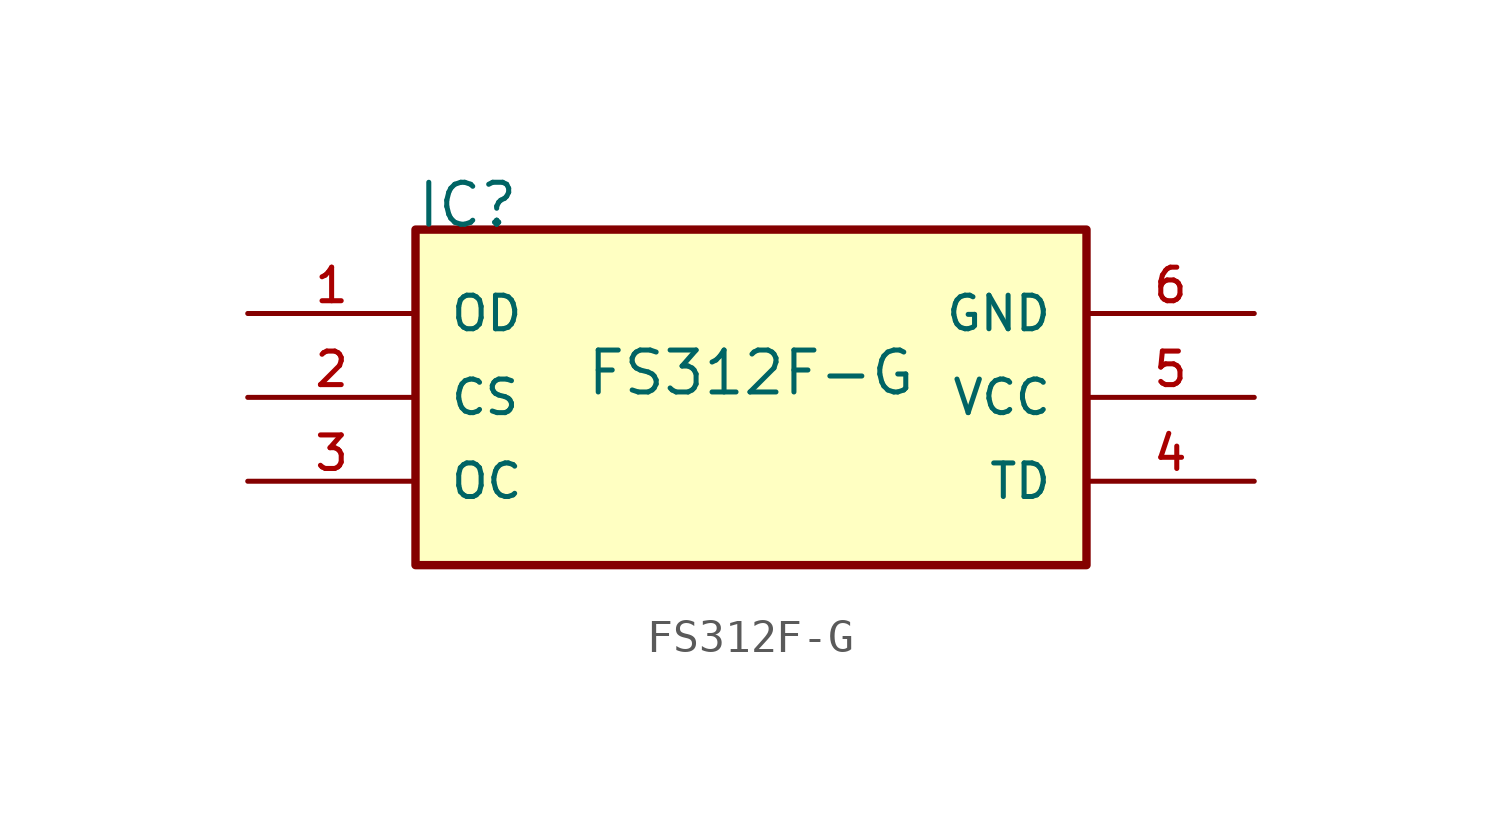
<source format=kicad_sym>
(kicad_symbol_lib
  (version 20211014)
  (generator kicad_symbol_editor)
  (symbol "FS312F-G"
    (pin_names
      (offset 1.016))
    (property "Reference" "IC"
      (at -10.16 5.08 0)
      (effects (font (size 1.27 1.27)) (justify bottom left)))
    (property "Value" "FS312F-G"
      (at 0 0.0 0)
      (effects (font (size 1.27 1.27)) (justify bottom)))
    (symbol "FS312F-G_0_0"
      (rectangle (start -10.16 -5.08) (end 10.16 5.08) (stroke (width 0.254)) (fill (type background)))
      (pin bidirectional line (at 15.24 0.0 180.0) (length 5.08) (name "VCC" (effects (font (size 1.016 1.016)))) (number "5" (effects (font (size 1.016 1.016)))))
      (pin bidirectional line (at 15.24 2.54 180.0) (length 5.08) (name "GND" (effects (font (size 1.016 1.016)))) (number "6" (effects (font (size 1.016 1.016)))))
      (pin bidirectional line (at 15.24 -2.54 180.0) (length 5.08) (name "TD" (effects (font (size 1.016 1.016)))) (number "4" (effects (font (size 1.016 1.016)))))
      (pin bidirectional line (at -15.24 0.0 0) (length 5.08) (name "CS" (effects (font (size 1.016 1.016)))) (number "2" (effects (font (size 1.016 1.016)))))
      (pin bidirectional line (at -15.24 -2.54 0) (length 5.08) (name "OC" (effects (font (size 1.016 1.016)))) (number "3" (effects (font (size 1.016 1.016)))))
      (pin bidirectional line (at -15.24 2.54 0) (length 5.08) (name "OD" (effects (font (size 1.016 1.016)))) (number "1" (effects (font (size 1.016 1.016))))))))
</source>
